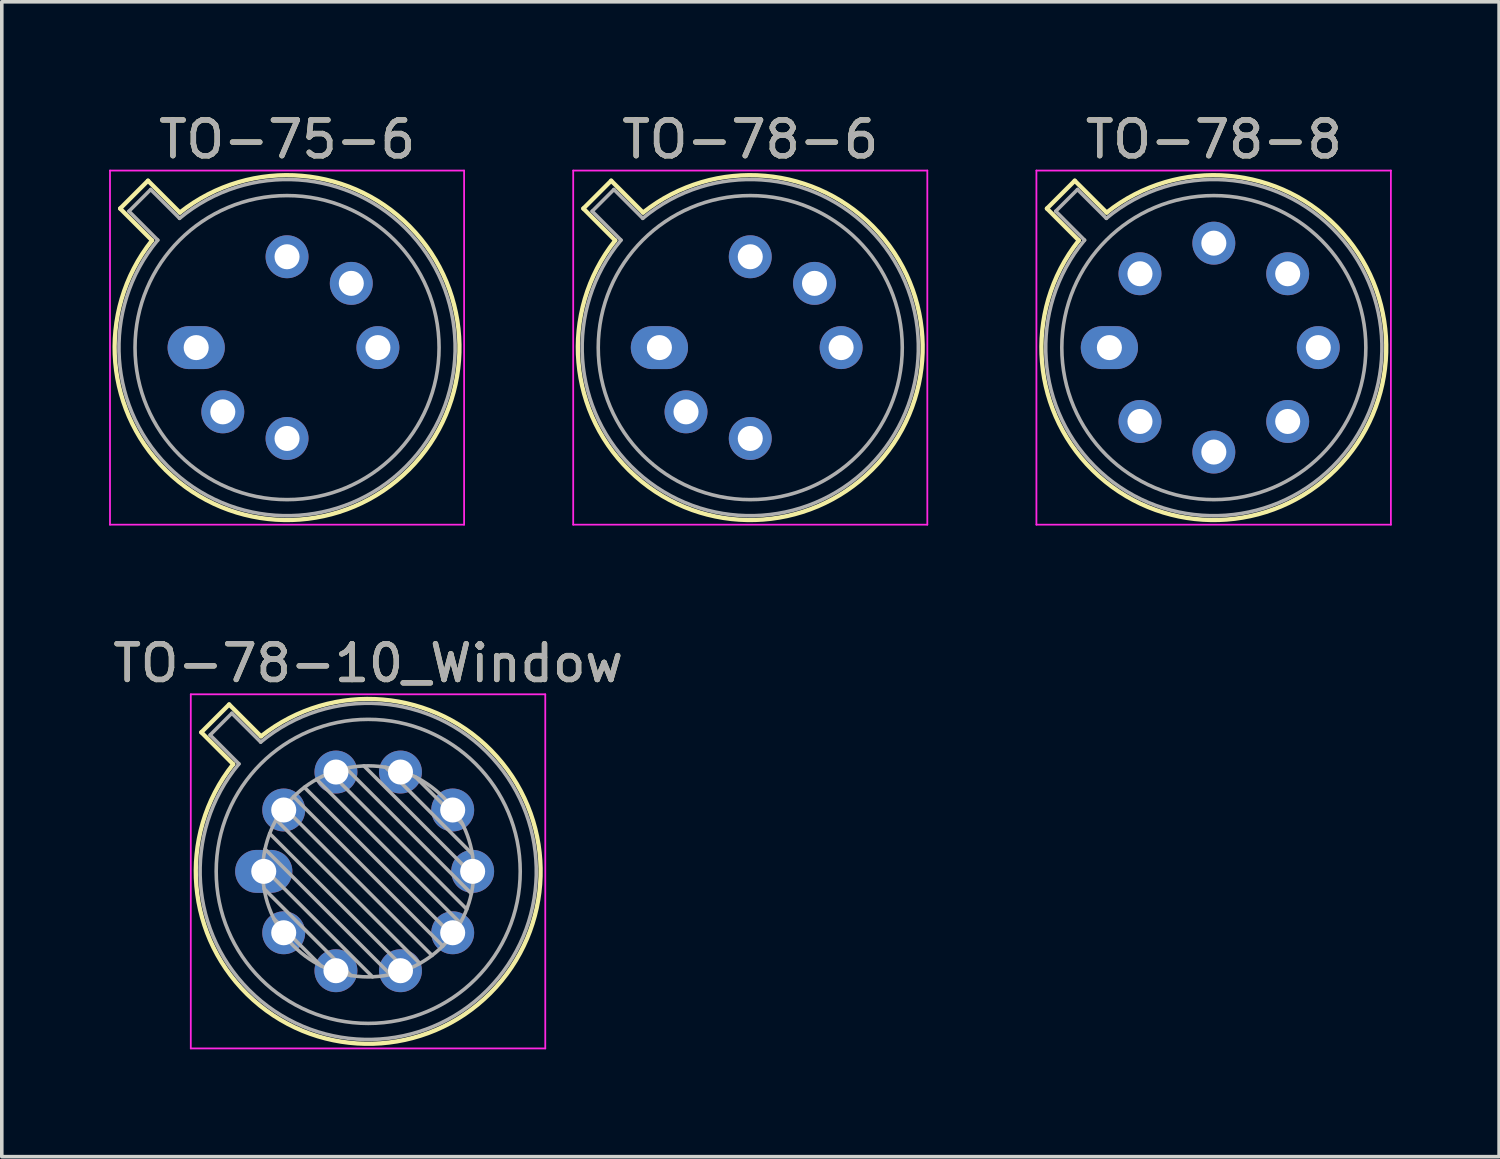
<source format=kicad_pcb>
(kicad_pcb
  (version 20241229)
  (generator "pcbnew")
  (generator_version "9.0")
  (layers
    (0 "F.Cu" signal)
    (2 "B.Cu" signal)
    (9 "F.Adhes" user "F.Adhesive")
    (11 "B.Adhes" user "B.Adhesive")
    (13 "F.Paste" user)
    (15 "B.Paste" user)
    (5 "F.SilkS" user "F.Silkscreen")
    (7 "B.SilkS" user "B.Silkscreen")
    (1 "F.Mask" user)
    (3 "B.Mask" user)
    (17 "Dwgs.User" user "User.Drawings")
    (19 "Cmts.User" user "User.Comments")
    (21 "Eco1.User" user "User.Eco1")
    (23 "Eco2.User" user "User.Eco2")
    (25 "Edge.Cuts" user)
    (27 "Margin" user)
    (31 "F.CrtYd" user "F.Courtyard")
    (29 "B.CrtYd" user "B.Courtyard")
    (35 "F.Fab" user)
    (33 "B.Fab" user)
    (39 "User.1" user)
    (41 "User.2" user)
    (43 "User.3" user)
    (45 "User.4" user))
  (footprint "TO-78-6"
    (layer "F.Cu")
    (at 15.385 6.668)
    (property "Reference" "TO-78-6" (at 2.54 -5.82 0) (layer "F.SilkS") (effects (font (size 1 1) (thickness 0.15))))
    (attr through_hole)
    (fp_line (start -2.126 -3.888) (end -1.235 -2.997) (stroke (width 0.12) (type solid)) (layer "F.SilkS"))
    (fp_line (start -1.348 -4.666) (end -2.126 -3.888) (stroke (width 0.12) (type solid)) (layer "F.SilkS"))
    (fp_line (start -0.457 -3.775) (end -1.348 -4.666) (stroke (width 0.12) (type solid)) (layer "F.SilkS"))
    (fp_arc (start -0.457084 -3.774902) (mid 5.948125 3.408384) (end -1.234674 -2.997371) (stroke (width 0.12) (type solid)) (layer "F.SilkS"))
    (fp_line (start -2.41 -4.95) (end -2.41 4.95) (stroke (width 0.05) (type solid)) (layer "F.CrtYd"))
    (fp_line (start -2.41 4.95) (end 7.49 4.95) (stroke (width 0.05) (type solid)) (layer "F.CrtYd"))
    (fp_line (start 7.49 -4.95) (end -2.41 -4.95) (stroke (width 0.05) (type solid)) (layer "F.CrtYd"))
    (fp_line (start 7.49 4.95) (end 7.49 -4.95) (stroke (width 0.05) (type solid)) (layer "F.CrtYd"))
    (fp_line (start -1.88 -3.812) (end -1.074 -3.005) (stroke (width 0.1) (type solid)) (layer "F.Fab"))
    (fp_line (start -1.272 -4.42) (end -1.88 -3.812) (stroke (width 0.1) (type solid)) (layer "F.Fab"))
    (fp_line (start -0.465 -3.614) (end -1.272 -4.42) (stroke (width 0.1) (type solid)) (layer "F.Fab"))
    (fp_arc (start -0.465408 -3.61352) (mid 5.863443 3.323361) (end -1.073594 -3.005319) (stroke (width 0.1) (type solid)) (layer "F.Fab"))
    (fp_circle (center 2.54 0) (end 6.79 0) (stroke (width 0.1) (type solid)) (fill no) (layer "F.Fab"))
    (fp_text user "${REFERENCE}" (at 2.54 -5.82 0) (layer "F.Fab") (effects (font (size 1 1) (thickness 0.15))))
    (pad "1" thru_hole oval (at 0 0) (size 1.6 1.2) (drill 0.7) (layers "*.Cu" "*.Mask"))
    (pad "2" thru_hole oval (at 0.744 1.796) (size 1.2 1.2) (drill 0.7) (layers "*.Cu" "*.Mask"))
    (pad "3" thru_hole oval (at 2.54 2.54) (size 1.2 1.2) (drill 0.7) (layers "*.Cu" "*.Mask"))
    (pad "4" thru_hole oval (at 5.08 0) (size 1.2 1.2) (drill 0.7) (layers "*.Cu" "*.Mask"))
    (pad "5" thru_hole oval (at 4.336 -1.796) (size 1.2 1.2) (drill 0.7) (layers "*.Cu" "*.Mask"))
    (pad "6" thru_hole oval (at 2.54 -2.54) (size 1.2 1.2) (drill 0.7) (layers "*.Cu" "*.Mask")))
  (footprint "TO-75-6"
    (layer "F.Cu")
    (at 2.435 6.668)
    (property "Reference" "TO-75-6" (at 2.54 -5.82 0) (layer "F.SilkS") (effects (font (size 1 1) (thickness 0.15))))
    (attr through_hole)
    (fp_line (start -2.126 -3.888) (end -1.235 -2.997) (stroke (width 0.12) (type solid)) (layer "F.SilkS"))
    (fp_line (start -1.348 -4.666) (end -2.126 -3.888) (stroke (width 0.12) (type solid)) (layer "F.SilkS"))
    (fp_line (start -0.457 -3.775) (end -1.348 -4.666) (stroke (width 0.12) (type solid)) (layer "F.SilkS"))
    (fp_arc (start -0.457084 -3.774902) (mid 5.948125 3.408384) (end -1.234674 -2.997371) (stroke (width 0.12) (type solid)) (layer "F.SilkS"))
    (fp_line (start -2.41 -4.95) (end -2.41 4.95) (stroke (width 0.05) (type solid)) (layer "F.CrtYd"))
    (fp_line (start -2.41 4.95) (end 7.49 4.95) (stroke (width 0.05) (type solid)) (layer "F.CrtYd"))
    (fp_line (start 7.49 -4.95) (end -2.41 -4.95) (stroke (width 0.05) (type solid)) (layer "F.CrtYd"))
    (fp_line (start 7.49 4.95) (end 7.49 -4.95) (stroke (width 0.05) (type solid)) (layer "F.CrtYd"))
    (fp_line (start -1.88 -3.812) (end -1.074 -3.005) (stroke (width 0.1) (type solid)) (layer "F.Fab"))
    (fp_line (start -1.272 -4.42) (end -1.88 -3.812) (stroke (width 0.1) (type solid)) (layer "F.Fab"))
    (fp_line (start -0.465 -3.614) (end -1.272 -4.42) (stroke (width 0.1) (type solid)) (layer "F.Fab"))
    (fp_arc (start -0.465408 -3.61352) (mid 5.863443 3.323361) (end -1.073594 -3.005319) (stroke (width 0.1) (type solid)) (layer "F.Fab"))
    (fp_circle (center 2.54 0) (end 6.79 0) (stroke (width 0.1) (type solid)) (fill no) (layer "F.Fab"))
    (fp_text user "${REFERENCE}" (at 2.54 -5.82 0) (layer "F.Fab") (effects (font (size 1 1) (thickness 0.15))))
    (pad "1" thru_hole oval (at 0 0) (size 1.6 1.2) (drill 0.7) (layers "*.Cu" "*.Mask"))
    (pad "2" thru_hole oval (at 0.744 1.796) (size 1.2 1.2) (drill 0.7) (layers "*.Cu" "*.Mask"))
    (pad "3" thru_hole oval (at 2.54 2.54) (size 1.2 1.2) (drill 0.7) (layers "*.Cu" "*.Mask"))
    (pad "4" thru_hole oval (at 5.08 0) (size 1.2 1.2) (drill 0.7) (layers "*.Cu" "*.Mask"))
    (pad "5" thru_hole oval (at 4.336 -1.796) (size 1.2 1.2) (drill 0.7) (layers "*.Cu" "*.Mask"))
    (pad "6" thru_hole oval (at 2.54 -2.54) (size 1.2 1.2) (drill 0.7) (layers "*.Cu" "*.Mask")))
  (footprint "TO-78-10_Window"
    (layer "F.Cu")
    (at 4.324 21.311)
    (property "Reference" "TO-78-10_Window" (at 2.92 -5.82 0) (layer "F.SilkS") (effects (font (size 1 1) (thickness 0.15))))
    (attr through_hole)
    (fp_line (start -1.746 -3.888) (end -0.855 -2.997) (stroke (width 0.12) (type solid)) (layer "F.SilkS"))
    (fp_line (start -0.968 -4.666) (end -1.746 -3.888) (stroke (width 0.12) (type solid)) (layer "F.SilkS"))
    (fp_line (start -0.077 -3.775) (end -0.968 -4.666) (stroke (width 0.12) (type solid)) (layer "F.SilkS"))
    (fp_arc (start -0.077084 -3.774902) (mid 6.328125 3.408384) (end -0.854674 -2.997371) (stroke (width 0.12) (type solid)) (layer "F.SilkS"))
    (fp_line (start -2.04 -4.95) (end -2.04 4.95) (stroke (width 0.05) (type solid)) (layer "F.CrtYd"))
    (fp_line (start -2.04 4.95) (end 7.87 4.95) (stroke (width 0.05) (type solid)) (layer "F.CrtYd"))
    (fp_line (start 7.87 -4.95) (end -2.04 -4.95) (stroke (width 0.05) (type solid)) (layer "F.CrtYd"))
    (fp_line (start 7.87 4.95) (end 7.87 -4.95) (stroke (width 0.05) (type solid)) (layer "F.CrtYd"))
    (fp_line (start -1.5 -3.812) (end -0.694 -3.005) (stroke (width 0.1) (type solid)) (layer "F.Fab"))
    (fp_line (start -0.892 -4.42) (end -1.5 -3.812) (stroke (width 0.1) (type solid)) (layer "F.Fab"))
    (fp_line (start -0.085 -3.614) (end -0.892 -4.42) (stroke (width 0.1) (type solid)) (layer "F.Fab"))
    (fp_line (start -0.028 -0.12) (end 3.04 2.948) (stroke (width 0.1) (type solid)) (layer "F.Fab"))
    (fp_line (start 0.009 0.485) (end 2.435 2.911) (stroke (width 0.1) (type solid)) (layer "F.Fab"))
    (fp_line (start 0.036 -0.622) (end 3.542 2.884) (stroke (width 0.1) (type solid)) (layer "F.Fab"))
    (fp_line (start 0.165 -1.058) (end 3.978 2.755) (stroke (width 0.1) (type solid)) (layer "F.Fab"))
    (fp_line (start 0.283 1.324) (end 1.596 2.637) (stroke (width 0.1) (type solid)) (layer "F.Fab"))
    (fp_line (start 0.346 -1.443) (end 4.363 2.574) (stroke (width 0.1) (type solid)) (layer "F.Fab"))
    (fp_line (start 0.57 -1.784) (end 4.704 2.35) (stroke (width 0.1) (type solid)) (layer "F.Fab"))
    (fp_line (start 0.834 -2.086) (end 5.006 2.086) (stroke (width 0.1) (type solid)) (layer "F.Fab"))
    (fp_line (start 1.136 -2.35) (end 5.27 1.784) (stroke (width 0.1) (type solid)) (layer "F.Fab"))
    (fp_line (start 1.477 -2.574) (end 5.494 1.443) (stroke (width 0.1) (type solid)) (layer "F.Fab"))
    (fp_line (start 1.862 -2.755) (end 5.675 1.058) (stroke (width 0.1) (type solid)) (layer "F.Fab"))
    (fp_line (start 2.298 -2.884) (end 5.804 0.622) (stroke (width 0.1) (type solid)) (layer "F.Fab"))
    (fp_line (start 2.8 -2.948) (end 5.868 0.12) (stroke (width 0.1) (type solid)) (layer "F.Fab"))
    (fp_line (start 3.405 -2.911) (end 5.831 -0.485) (stroke (width 0.1) (type solid)) (layer "F.Fab"))
    (fp_line (start 4.244 -2.637) (end 5.557 -1.324) (stroke (width 0.1) (type solid)) (layer "F.Fab"))
    (fp_arc (start -0.085408 -3.61352) (mid 6.243443 3.323361) (end -0.693594 -3.005319) (stroke (width 0.1) (type solid)) (layer "F.Fab"))
    (fp_circle (center 2.92 0) (end 5.87 0) (stroke (width 0.1) (type solid)) (fill no) (layer "F.Fab"))
    (fp_circle (center 2.92 0) (end 7.17 0) (stroke (width 0.1) (type solid)) (fill no) (layer "F.Fab"))
    (fp_text user "${REFERENCE}" (at 2.92 -5.82 0) (layer "F.Fab") (effects (font (size 1 1) (thickness 0.15))))
    (pad "1" thru_hole oval (at 0 0) (size 1.6 1.2) (drill 0.7) (layers "*.Cu" "*.Mask"))
    (pad "2" thru_hole oval (at 0.558 1.716) (size 1.2 1.2) (drill 0.7) (layers "*.Cu" "*.Mask"))
    (pad "3" thru_hole oval (at 2.018 2.777) (size 1.2 1.2) (drill 0.7) (layers "*.Cu" "*.Mask"))
    (pad "4" thru_hole oval (at 3.822 2.777) (size 1.2 1.2) (drill 0.7) (layers "*.Cu" "*.Mask"))
    (pad "5" thru_hole oval (at 5.282 1.716) (size 1.2 1.2) (drill 0.7) (layers "*.Cu" "*.Mask"))
    (pad "6" thru_hole oval (at 5.84 0) (size 1.2 1.2) (drill 0.7) (layers "*.Cu" "*.Mask"))
    (pad "7" thru_hole oval (at 5.282 -1.716) (size 1.2 1.2) (drill 0.7) (layers "*.Cu" "*.Mask"))
    (pad "8" thru_hole oval (at 3.822 -2.777) (size 1.2 1.2) (drill 0.7) (layers "*.Cu" "*.Mask"))
    (pad "9" thru_hole oval (at 2.018 -2.777) (size 1.2 1.2) (drill 0.7) (layers "*.Cu" "*.Mask"))
    (pad "10" thru_hole oval (at 0.558 -1.716) (size 1.2 1.2) (drill 0.7) (layers "*.Cu" "*.Mask")))
  (footprint "TO-78-8"
    (layer "F.Cu")
    (at 27.965 6.668)
    (property "Reference" "TO-78-8" (at 2.92 -5.82 0) (layer "F.SilkS") (effects (font (size 1 1) (thickness 0.15))))
    (attr through_hole)
    (fp_line (start -1.746 -3.888) (end -0.855 -2.997) (stroke (width 0.12) (type solid)) (layer "F.SilkS"))
    (fp_line (start -0.968 -4.666) (end -1.746 -3.888) (stroke (width 0.12) (type solid)) (layer "F.SilkS"))
    (fp_line (start -0.077 -3.775) (end -0.968 -4.666) (stroke (width 0.12) (type solid)) (layer "F.SilkS"))
    (fp_arc (start -0.077084 -3.774902) (mid 6.328125 3.408384) (end -0.854674 -2.997371) (stroke (width 0.12) (type solid)) (layer "F.SilkS"))
    (fp_line (start -2.04 -4.95) (end -2.04 4.95) (stroke (width 0.05) (type solid)) (layer "F.CrtYd"))
    (fp_line (start -2.04 4.95) (end 7.87 4.95) (stroke (width 0.05) (type solid)) (layer "F.CrtYd"))
    (fp_line (start 7.87 -4.95) (end -2.04 -4.95) (stroke (width 0.05) (type solid)) (layer "F.CrtYd"))
    (fp_line (start 7.87 4.95) (end 7.87 -4.95) (stroke (width 0.05) (type solid)) (layer "F.CrtYd"))
    (fp_line (start -1.5 -3.812) (end -0.694 -3.005) (stroke (width 0.1) (type solid)) (layer "F.Fab"))
    (fp_line (start -0.892 -4.42) (end -1.5 -3.812) (stroke (width 0.1) (type solid)) (layer "F.Fab"))
    (fp_line (start -0.085 -3.614) (end -0.892 -4.42) (stroke (width 0.1) (type solid)) (layer "F.Fab"))
    (fp_arc (start -0.085408 -3.61352) (mid 6.243443 3.323361) (end -0.693594 -3.005319) (stroke (width 0.1) (type solid)) (layer "F.Fab"))
    (fp_circle (center 2.92 0) (end 7.17 0) (stroke (width 0.1) (type solid)) (fill no) (layer "F.Fab"))
    (fp_text user "${REFERENCE}" (at 2.92 -5.82 0) (layer "F.Fab") (effects (font (size 1 1) (thickness 0.15))))
    (pad "1" thru_hole oval (at 0 0) (size 1.6 1.2) (drill 0.7) (layers "*.Cu" "*.Mask"))
    (pad "2" thru_hole oval (at 0.855 2.065) (size 1.2 1.2) (drill 0.7) (layers "*.Cu" "*.Mask"))
    (pad "3" thru_hole oval (at 2.92 2.92) (size 1.2 1.2) (drill 0.7) (layers "*.Cu" "*.Mask"))
    (pad "4" thru_hole oval (at 4.985 2.065) (size 1.2 1.2) (drill 0.7) (layers "*.Cu" "*.Mask"))
    (pad "5" thru_hole oval (at 5.84 0) (size 1.2 1.2) (drill 0.7) (layers "*.Cu" "*.Mask"))
    (pad "6" thru_hole oval (at 4.985 -2.065) (size 1.2 1.2) (drill 0.7) (layers "*.Cu" "*.Mask"))
    (pad "7" thru_hole oval (at 2.92 -2.92) (size 1.2 1.2) (drill 0.7) (layers "*.Cu" "*.Mask"))
    (pad "8" thru_hole oval (at 0.855 -2.065) (size 1.2 1.2) (drill 0.7) (layers "*.Cu" "*.Mask")))
  (gr_rect
    (start -3 -3)
    (end 38.86 29.287)
    (stroke (width 0.1) (type default))
    (fill no)
    (layer "Edge.Cuts")))
</source>
